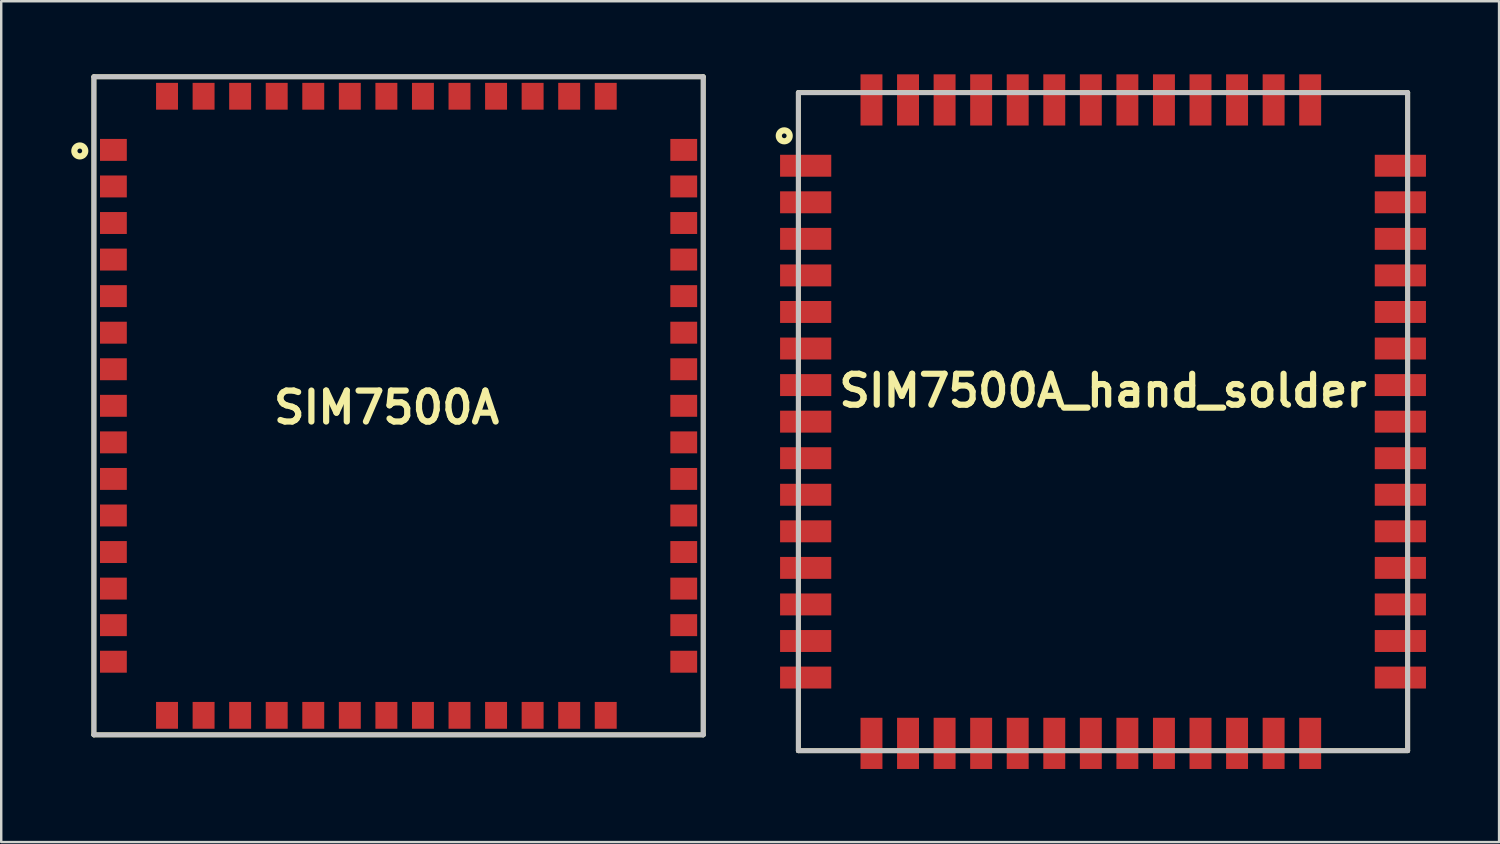
<source format=kicad_pcb>
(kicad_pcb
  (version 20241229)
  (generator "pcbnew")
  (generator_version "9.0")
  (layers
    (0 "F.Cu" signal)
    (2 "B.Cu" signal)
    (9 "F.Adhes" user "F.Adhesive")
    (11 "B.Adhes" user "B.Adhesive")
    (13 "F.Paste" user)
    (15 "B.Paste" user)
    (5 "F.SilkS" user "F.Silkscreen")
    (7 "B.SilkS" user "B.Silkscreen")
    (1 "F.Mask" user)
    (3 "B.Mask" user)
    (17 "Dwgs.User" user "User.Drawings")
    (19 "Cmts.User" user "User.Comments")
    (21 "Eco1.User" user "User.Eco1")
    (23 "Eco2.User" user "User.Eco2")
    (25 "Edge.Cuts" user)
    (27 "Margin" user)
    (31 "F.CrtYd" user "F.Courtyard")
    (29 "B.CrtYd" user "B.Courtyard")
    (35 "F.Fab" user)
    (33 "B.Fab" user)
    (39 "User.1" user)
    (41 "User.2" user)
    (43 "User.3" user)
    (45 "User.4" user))
  (footprint "SIM7500A_hand_solder"
    (layer "F.Cu")
    (at 42.206 14.25)
    (property "Reference" "SIM7500A_hand_solder" (at 0 -1.27 0) (layer "F.SilkS") (effects (font (size 1.27 1.27) (thickness 0.254))))
    (attr smd)
    (fp_line (start -12.5 -13.5) (end -12.5 13.5) (stroke (width 0.2) (type solid)) (layer "F.SilkS"))
    (fp_line (start -12.5 13.5) (end 12.5 13.5) (stroke (width 0.2) (type solid)) (layer "F.SilkS"))
    (fp_line (start 12.5 -13.5) (end -12.5 -13.5) (stroke (width 0.2) (type solid)) (layer "F.SilkS"))
    (fp_line (start 12.5 13.5) (end 12.5 -13.5) (stroke (width 0.2) (type solid)) (layer "F.SilkS"))
    (fp_circle (center -13.079 -11.727) (end -13.176 -11.727) (stroke (width 0.254) (type solid)) (fill no) (layer "F.SilkS"))
    (fp_line (start -12.5 -13.5) (end 12.5 -13.5) (stroke (width 0.2) (type solid)) (layer "Dwgs.User"))
    (fp_line (start -12.5 13.5) (end -12.5 -13.5) (stroke (width 0.2) (type solid)) (layer "Dwgs.User"))
    (fp_line (start 12.5 -13.5) (end 12.5 13.5) (stroke (width 0.2) (type solid)) (layer "Dwgs.User"))
    (fp_line (start 12.5 13.5) (end -12.5 13.5) (stroke (width 0.2) (type solid)) (layer "Dwgs.User"))
    (pad "1" smd rect (at -12.2 -10.5 90) (size 0.9 2.1) (layers "F.Cu" "F.Mask" "F.Paste"))
    (pad "2" smd rect (at -12.2 -9 90) (size 0.9 2.1) (layers "F.Cu" "F.Mask" "F.Paste"))
    (pad "3" smd rect (at -12.2 -7.5 90) (size 0.9 2.1) (layers "F.Cu" "F.Mask" "F.Paste"))
    (pad "4" smd rect (at -12.2 -6 90) (size 0.9 2.1) (layers "F.Cu" "F.Mask" "F.Paste"))
    (pad "5" smd rect (at -12.2 -4.5 90) (size 0.9 2.1) (layers "F.Cu" "F.Mask" "F.Paste"))
    (pad "6" smd rect (at -12.2 -3 90) (size 0.9 2.1) (layers "F.Cu" "F.Mask" "F.Paste"))
    (pad "7" smd rect (at -12.2 -1.5 90) (size 0.9 2.1) (layers "F.Cu" "F.Mask" "F.Paste"))
    (pad "8" smd rect (at -12.2 0 90) (size 0.9 2.1) (layers "F.Cu" "F.Mask" "F.Paste"))
    (pad "9" smd rect (at -12.2 1.5 90) (size 0.9 2.1) (layers "F.Cu" "F.Mask" "F.Paste"))
    (pad "10" smd rect (at -12.2 3 90) (size 0.9 2.1) (layers "F.Cu" "F.Mask" "F.Paste"))
    (pad "11" smd rect (at -12.2 4.5 90) (size 0.9 2.1) (layers "F.Cu" "F.Mask" "F.Paste"))
    (pad "12" smd rect (at -12.2 6 90) (size 0.9 2.1) (layers "F.Cu" "F.Mask" "F.Paste"))
    (pad "13" smd rect (at -12.2 7.5 90) (size 0.9 2.1) (layers "F.Cu" "F.Mask" "F.Paste"))
    (pad "14" smd rect (at -12.2 9 90) (size 0.9 2.1) (layers "F.Cu" "F.Mask" "F.Paste"))
    (pad "15" smd rect (at -12.2 10.5 90) (size 0.9 2.1) (layers "F.Cu" "F.Mask" "F.Paste"))
    (pad "16" smd rect (at -9.5 13.2) (size 0.9 2.1) (layers "F.Cu" "F.Mask" "F.Paste"))
    (pad "17" smd rect (at -8 13.2) (size 0.9 2.1) (layers "F.Cu" "F.Mask" "F.Paste"))
    (pad "18" smd rect (at -6.5 13.2) (size 0.9 2.1) (layers "F.Cu" "F.Mask" "F.Paste"))
    (pad "19" smd rect (at -5 13.2) (size 0.9 2.1) (layers "F.Cu" "F.Mask" "F.Paste"))
    (pad "20" smd rect (at -3.5 13.2) (size 0.9 2.1) (layers "F.Cu" "F.Mask" "F.Paste"))
    (pad "21" smd rect (at -2 13.2) (size 0.9 2.1) (layers "F.Cu" "F.Mask" "F.Paste"))
    (pad "22" smd rect (at -0.5 13.2) (size 0.9 2.1) (layers "F.Cu" "F.Mask" "F.Paste"))
    (pad "23" smd rect (at 1 13.2) (size 0.9 2.1) (layers "F.Cu" "F.Mask" "F.Paste"))
    (pad "24" smd rect (at 2.5 13.2) (size 0.9 2.1) (layers "F.Cu" "F.Mask" "F.Paste"))
    (pad "25" smd rect (at 4 13.2) (size 0.9 2.1) (layers "F.Cu" "F.Mask" "F.Paste"))
    (pad "26" smd rect (at 5.5 13.2) (size 0.9 2.1) (layers "F.Cu" "F.Mask" "F.Paste"))
    (pad "27" smd rect (at 7 13.2) (size 0.9 2.1) (layers "F.Cu" "F.Mask" "F.Paste"))
    (pad "28" smd rect (at 8.5 13.2) (size 0.9 2.1) (layers "F.Cu" "F.Mask" "F.Paste"))
    (pad "29" smd rect (at 12.2 10.5 90) (size 0.9 2.1) (layers "F.Cu" "F.Mask" "F.Paste"))
    (pad "30" smd rect (at 12.2 9 90) (size 0.9 2.1) (layers "F.Cu" "F.Mask" "F.Paste"))
    (pad "31" smd rect (at 12.2 7.5 90) (size 0.9 2.1) (layers "F.Cu" "F.Mask" "F.Paste"))
    (pad "32" smd rect (at 12.2 6 90) (size 0.9 2.1) (layers "F.Cu" "F.Mask" "F.Paste"))
    (pad "33" smd rect (at 12.2 4.5 90) (size 0.9 2.1) (layers "F.Cu" "F.Mask" "F.Paste"))
    (pad "34" smd rect (at 12.2 3 90) (size 0.9 2.1) (layers "F.Cu" "F.Mask" "F.Paste"))
    (pad "35" smd rect (at 12.2 1.5 90) (size 0.9 2.1) (layers "F.Cu" "F.Mask" "F.Paste"))
    (pad "36" smd rect (at 12.2 0 90) (size 0.9 2.1) (layers "F.Cu" "F.Mask" "F.Paste"))
    (pad "37" smd rect (at 12.2 -1.5 90) (size 0.9 2.1) (layers "F.Cu" "F.Mask" "F.Paste"))
    (pad "38" smd rect (at 12.2 -3 90) (size 0.9 2.1) (layers "F.Cu" "F.Mask" "F.Paste"))
    (pad "39" smd rect (at 12.2 -4.5 90) (size 0.9 2.1) (layers "F.Cu" "F.Mask" "F.Paste"))
    (pad "40" smd rect (at 12.2 -6 90) (size 0.9 2.1) (layers "F.Cu" "F.Mask" "F.Paste"))
    (pad "41" smd rect (at 12.2 -7.5 90) (size 0.9 2.1) (layers "F.Cu" "F.Mask" "F.Paste"))
    (pad "42" smd rect (at 12.2 -9 90) (size 0.9 2.1) (layers "F.Cu" "F.Mask" "F.Paste"))
    (pad "43" smd rect (at 12.2 -10.5 90) (size 0.9 2.1) (layers "F.Cu" "F.Mask" "F.Paste"))
    (pad "44" smd rect (at 8.5 -13.2) (size 0.9 2.1) (layers "F.Cu" "F.Mask" "F.Paste"))
    (pad "45" smd rect (at 7 -13.2) (size 0.9 2.1) (layers "F.Cu" "F.Mask" "F.Paste"))
    (pad "46" smd rect (at 5.5 -13.2) (size 0.9 2.1) (layers "F.Cu" "F.Mask" "F.Paste"))
    (pad "47" smd rect (at 4 -13.2) (size 0.9 2.1) (layers "F.Cu" "F.Mask" "F.Paste"))
    (pad "48" smd rect (at 2.5 -13.2) (size 0.9 2.1) (layers "F.Cu" "F.Mask" "F.Paste"))
    (pad "49" smd rect (at 1 -13.2) (size 0.9 2.1) (layers "F.Cu" "F.Mask" "F.Paste"))
    (pad "50" smd rect (at -0.5 -13.2) (size 0.9 2.1) (layers "F.Cu" "F.Mask" "F.Paste"))
    (pad "51" smd rect (at -2 -13.2) (size 0.9 2.1) (layers "F.Cu" "F.Mask" "F.Paste"))
    (pad "52" smd rect (at -3.5 -13.2) (size 0.9 2.1) (layers "F.Cu" "F.Mask" "F.Paste"))
    (pad "53" smd rect (at -5 -13.2) (size 0.9 2.1) (layers "F.Cu" "F.Mask" "F.Paste"))
    (pad "54" smd rect (at -6.5 -13.2) (size 0.9 2.1) (layers "F.Cu" "F.Mask" "F.Paste"))
    (pad "55" smd rect (at -8 -13.2) (size 0.9 2.1) (layers "F.Cu" "F.Mask" "F.Paste"))
    (pad "56" smd rect (at -9.5 -13.2) (size 0.9 2.1) (layers "F.Cu" "F.Mask" "F.Paste")))
  (footprint "SIM7500A"
    (layer "F.Cu")
    (at 13.303 13.6)
    (property "Reference" "SIM7500A" (at -0.492 0.07 0) (layer "F.SilkS") (effects (font (size 1.27 1.27) (thickness 0.254))))
    (attr smd)
    (fp_line (start -12.5 -13.5) (end -12.5 13.5) (stroke (width 0.2) (type solid)) (layer "F.SilkS"))
    (fp_line (start -12.5 13.5) (end 12.5 13.5) (stroke (width 0.2) (type solid)) (layer "F.SilkS"))
    (fp_line (start 12.5 -13.5) (end -12.5 -13.5) (stroke (width 0.2) (type solid)) (layer "F.SilkS"))
    (fp_line (start 12.5 13.5) (end 12.5 -13.5) (stroke (width 0.2) (type solid)) (layer "F.SilkS"))
    (fp_circle (center -13.079 -10.457) (end -13.176 -10.457) (stroke (width 0.254) (type solid)) (fill no) (layer "F.SilkS"))
    (fp_line (start -12.5 -13.5) (end 12.5 -13.5) (stroke (width 0.2) (type solid)) (layer "Dwgs.User"))
    (fp_line (start -12.5 13.5) (end -12.5 -13.5) (stroke (width 0.2) (type solid)) (layer "Dwgs.User"))
    (fp_line (start 12.5 -13.5) (end 12.5 13.5) (stroke (width 0.2) (type solid)) (layer "Dwgs.User"))
    (fp_line (start 12.5 13.5) (end -12.5 13.5) (stroke (width 0.2) (type solid)) (layer "Dwgs.User"))
    (pad "1" smd rect (at -11.7 -10.5 90) (size 0.9 1.1) (layers "F.Cu" "F.Mask" "F.Paste"))
    (pad "2" smd rect (at -11.7 -9 90) (size 0.9 1.1) (layers "F.Cu" "F.Mask" "F.Paste"))
    (pad "3" smd rect (at -11.7 -7.5 90) (size 0.9 1.1) (layers "F.Cu" "F.Mask" "F.Paste"))
    (pad "4" smd rect (at -11.7 -6 90) (size 0.9 1.1) (layers "F.Cu" "F.Mask" "F.Paste"))
    (pad "5" smd rect (at -11.7 -4.5 90) (size 0.9 1.1) (layers "F.Cu" "F.Mask" "F.Paste"))
    (pad "6" smd rect (at -11.7 -3 90) (size 0.9 1.1) (layers "F.Cu" "F.Mask" "F.Paste"))
    (pad "7" smd rect (at -11.7 -1.5 90) (size 0.9 1.1) (layers "F.Cu" "F.Mask" "F.Paste"))
    (pad "8" smd rect (at -11.7 0 90) (size 0.9 1.1) (layers "F.Cu" "F.Mask" "F.Paste"))
    (pad "9" smd rect (at -11.7 1.5 90) (size 0.9 1.1) (layers "F.Cu" "F.Mask" "F.Paste"))
    (pad "10" smd rect (at -11.7 3 90) (size 0.9 1.1) (layers "F.Cu" "F.Mask" "F.Paste"))
    (pad "11" smd rect (at -11.7 4.5 90) (size 0.9 1.1) (layers "F.Cu" "F.Mask" "F.Paste"))
    (pad "12" smd rect (at -11.7 6 90) (size 0.9 1.1) (layers "F.Cu" "F.Mask" "F.Paste"))
    (pad "13" smd rect (at -11.7 7.5 90) (size 0.9 1.1) (layers "F.Cu" "F.Mask" "F.Paste"))
    (pad "14" smd rect (at -11.7 9 90) (size 0.9 1.1) (layers "F.Cu" "F.Mask" "F.Paste"))
    (pad "15" smd rect (at -11.7 10.5 90) (size 0.9 1.1) (layers "F.Cu" "F.Mask" "F.Paste"))
    (pad "16" smd rect (at -9.5 12.7) (size 0.9 1.1) (layers "F.Cu" "F.Mask" "F.Paste"))
    (pad "17" smd rect (at -8 12.7) (size 0.9 1.1) (layers "F.Cu" "F.Mask" "F.Paste"))
    (pad "18" smd rect (at -6.5 12.7) (size 0.9 1.1) (layers "F.Cu" "F.Mask" "F.Paste"))
    (pad "19" smd rect (at -5 12.7) (size 0.9 1.1) (layers "F.Cu" "F.Mask" "F.Paste"))
    (pad "20" smd rect (at -3.5 12.7) (size 0.9 1.1) (layers "F.Cu" "F.Mask" "F.Paste"))
    (pad "21" smd rect (at -2 12.7) (size 0.9 1.1) (layers "F.Cu" "F.Mask" "F.Paste"))
    (pad "22" smd rect (at -0.5 12.7) (size 0.9 1.1) (layers "F.Cu" "F.Mask" "F.Paste"))
    (pad "23" smd rect (at 1 12.7) (size 0.9 1.1) (layers "F.Cu" "F.Mask" "F.Paste"))
    (pad "24" smd rect (at 2.5 12.7) (size 0.9 1.1) (layers "F.Cu" "F.Mask" "F.Paste"))
    (pad "25" smd rect (at 4 12.7) (size 0.9 1.1) (layers "F.Cu" "F.Mask" "F.Paste"))
    (pad "26" smd rect (at 5.5 12.7) (size 0.9 1.1) (layers "F.Cu" "F.Mask" "F.Paste"))
    (pad "27" smd rect (at 7 12.7) (size 0.9 1.1) (layers "F.Cu" "F.Mask" "F.Paste"))
    (pad "28" smd rect (at 8.5 12.7) (size 0.9 1.1) (layers "F.Cu" "F.Mask" "F.Paste"))
    (pad "29" smd rect (at 11.7 10.5 90) (size 0.9 1.1) (layers "F.Cu" "F.Mask" "F.Paste"))
    (pad "30" smd rect (at 11.7 9 90) (size 0.9 1.1) (layers "F.Cu" "F.Mask" "F.Paste"))
    (pad "31" smd rect (at 11.7 7.5 90) (size 0.9 1.1) (layers "F.Cu" "F.Mask" "F.Paste"))
    (pad "32" smd rect (at 11.7 6 90) (size 0.9 1.1) (layers "F.Cu" "F.Mask" "F.Paste"))
    (pad "33" smd rect (at 11.7 4.5 90) (size 0.9 1.1) (layers "F.Cu" "F.Mask" "F.Paste"))
    (pad "34" smd rect (at 11.7 3 90) (size 0.9 1.1) (layers "F.Cu" "F.Mask" "F.Paste"))
    (pad "35" smd rect (at 11.7 1.5 90) (size 0.9 1.1) (layers "F.Cu" "F.Mask" "F.Paste"))
    (pad "36" smd rect (at 11.7 0 90) (size 0.9 1.1) (layers "F.Cu" "F.Mask" "F.Paste"))
    (pad "37" smd rect (at 11.7 -1.5 90) (size 0.9 1.1) (layers "F.Cu" "F.Mask" "F.Paste"))
    (pad "38" smd rect (at 11.7 -3 90) (size 0.9 1.1) (layers "F.Cu" "F.Mask" "F.Paste"))
    (pad "39" smd rect (at 11.7 -4.5 90) (size 0.9 1.1) (layers "F.Cu" "F.Mask" "F.Paste"))
    (pad "40" smd rect (at 11.7 -6 90) (size 0.9 1.1) (layers "F.Cu" "F.Mask" "F.Paste"))
    (pad "41" smd rect (at 11.7 -7.5 90) (size 0.9 1.1) (layers "F.Cu" "F.Mask" "F.Paste"))
    (pad "42" smd rect (at 11.7 -9 90) (size 0.9 1.1) (layers "F.Cu" "F.Mask" "F.Paste"))
    (pad "43" smd rect (at 11.7 -10.5 90) (size 0.9 1.1) (layers "F.Cu" "F.Mask" "F.Paste"))
    (pad "44" smd rect (at 8.5 -12.7) (size 0.9 1.1) (layers "F.Cu" "F.Mask" "F.Paste"))
    (pad "45" smd rect (at 7 -12.7) (size 0.9 1.1) (layers "F.Cu" "F.Mask" "F.Paste"))
    (pad "46" smd rect (at 5.5 -12.7) (size 0.9 1.1) (layers "F.Cu" "F.Mask" "F.Paste"))
    (pad "47" smd rect (at 4 -12.7) (size 0.9 1.1) (layers "F.Cu" "F.Mask" "F.Paste"))
    (pad "48" smd rect (at 2.5 -12.7) (size 0.9 1.1) (layers "F.Cu" "F.Mask" "F.Paste"))
    (pad "49" smd rect (at 1 -12.7) (size 0.9 1.1) (layers "F.Cu" "F.Mask" "F.Paste"))
    (pad "50" smd rect (at -0.5 -12.7) (size 0.9 1.1) (layers "F.Cu" "F.Mask" "F.Paste"))
    (pad "51" smd rect (at -2 -12.7) (size 0.9 1.1) (layers "F.Cu" "F.Mask" "F.Paste"))
    (pad "52" smd rect (at -3.5 -12.7) (size 0.9 1.1) (layers "F.Cu" "F.Mask" "F.Paste"))
    (pad "53" smd rect (at -5 -12.7) (size 0.9 1.1) (layers "F.Cu" "F.Mask" "F.Paste"))
    (pad "54" smd rect (at -6.5 -12.7) (size 0.9 1.1) (layers "F.Cu" "F.Mask" "F.Paste"))
    (pad "55" smd rect (at -8 -12.7) (size 0.9 1.1) (layers "F.Cu" "F.Mask" "F.Paste"))
    (pad "56" smd rect (at -9.5 -12.7) (size 0.9 1.1) (layers "F.Cu" "F.Mask" "F.Paste")))
  (gr_rect
    (start -3 -3)
    (end 58.456 31.5)
    (stroke (width 0.1) (type default))
    (fill no)
    (layer "Edge.Cuts")))
</source>
